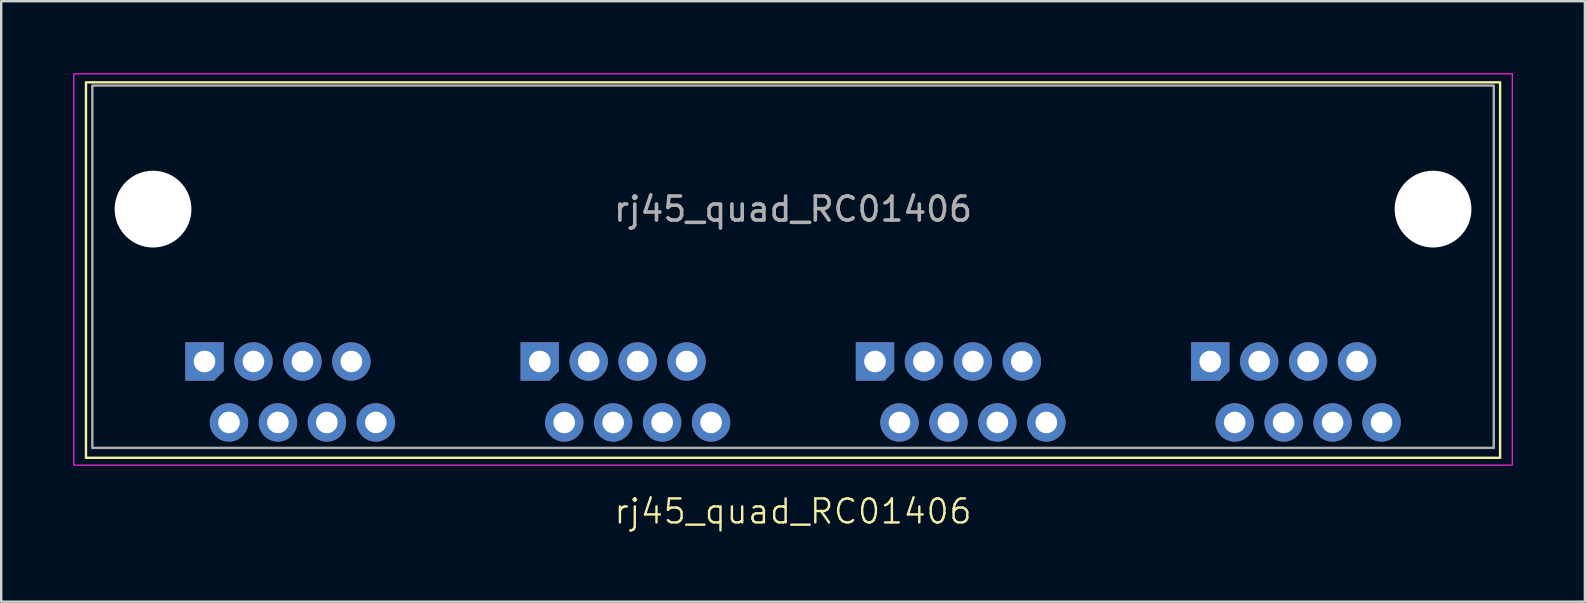
<source format=kicad_pcb>
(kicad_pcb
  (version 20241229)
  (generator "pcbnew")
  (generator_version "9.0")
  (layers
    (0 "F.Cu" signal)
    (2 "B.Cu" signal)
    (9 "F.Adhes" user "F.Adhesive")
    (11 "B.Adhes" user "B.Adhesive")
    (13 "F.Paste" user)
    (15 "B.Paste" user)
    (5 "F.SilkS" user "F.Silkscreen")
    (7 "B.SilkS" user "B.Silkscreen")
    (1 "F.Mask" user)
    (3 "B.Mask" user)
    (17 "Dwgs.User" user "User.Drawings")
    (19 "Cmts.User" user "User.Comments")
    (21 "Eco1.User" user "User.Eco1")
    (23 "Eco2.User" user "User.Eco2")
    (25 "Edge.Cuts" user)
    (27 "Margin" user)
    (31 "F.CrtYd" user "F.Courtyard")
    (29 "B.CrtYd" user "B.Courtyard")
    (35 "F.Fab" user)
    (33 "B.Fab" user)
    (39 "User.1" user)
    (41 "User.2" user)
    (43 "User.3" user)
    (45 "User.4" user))
  (footprint "rj45_quad_RC01406"
    (layer "F.Cu")
    (at 29.997 3.022)
    (property "Reference" "rj45_quad_RC01406" (at 0 15.24 0) (unlocked yes) (layer "F.SilkS") (effects (font (size 1 1) (thickness 0.1))))
    (attr through_hole)
    (fp_rect (start 29.464 13.005) (end -29.464 -2.642) (stroke (width 0.1) (type default)) (fill no) (layer "F.SilkS"))
    (fp_rect (start 29.972 13.31) (end -29.972 -2.997) (stroke (width 0.05) (type default)) (fill no) (layer "F.CrtYd"))
    (fp_rect (start 29.2 12.592) (end -29.2 -2.508) (stroke (width 0.1) (type default)) (fill no) (layer "F.Fab"))
    (fp_text user "${REFERENCE}" (at 0 2.642 0) (unlocked yes) (layer "F.Fab") (effects (font (size 1 1) (thickness 0.15))))
    (pad "" np_thru_hole circle (at -26.67 2.642 180) (size 3.2 3.2) (drill 3.2) (layers "*.Cu" "*.Mask"))
    (pad "" np_thru_hole circle (at 26.67 2.642 180) (size 3.2 3.2) (drill 3.2) (layers "*.Cu" "*.Mask"))
    (pad "1" thru_hole roundrect (at -24.525 8.992 180) (size 1.6 1.6) (drill 0.9) (layers "*.Cu" "*.Mask") (roundrect_rratio 0) (chamfer_ratio 0.25) (chamfer top_left))
    (pad "2" thru_hole circle (at -23.505 11.532 180) (size 1.6 1.6) (drill 0.9) (layers "*.Cu" "*.Mask"))
    (pad "3" thru_hole circle (at -22.485 8.992 180) (size 1.6 1.6) (drill 0.9) (layers "*.Cu" "*.Mask"))
    (pad "4" thru_hole circle (at -21.465 11.532 180) (size 1.6 1.6) (drill 0.9) (layers "*.Cu" "*.Mask"))
    (pad "5" thru_hole circle (at -20.445 8.992 180) (size 1.6 1.6) (drill 0.9) (layers "*.Cu" "*.Mask"))
    (pad "6" thru_hole circle (at -19.425 11.532 180) (size 1.6 1.6) (drill 0.9) (layers "*.Cu" "*.Mask"))
    (pad "7" thru_hole circle (at -18.405 8.992 180) (size 1.6 1.6) (drill 0.9) (layers "*.Cu" "*.Mask"))
    (pad "8" thru_hole circle (at -17.385 11.532 180) (size 1.6 1.6) (drill 0.9) (layers "*.Cu" "*.Mask"))
    (pad "9" thru_hole roundrect (at -10.555 8.992 180) (size 1.6 1.6) (drill 0.9) (layers "*.Cu" "*.Mask") (roundrect_rratio 0) (chamfer_ratio 0.25) (chamfer top_left))
    (pad "10" thru_hole circle (at -9.535 11.532 180) (size 1.6 1.6) (drill 0.9) (layers "*.Cu" "*.Mask"))
    (pad "11" thru_hole circle (at -8.515 8.992 180) (size 1.6 1.6) (drill 0.9) (layers "*.Cu" "*.Mask"))
    (pad "12" thru_hole circle (at -7.495 11.532 180) (size 1.6 1.6) (drill 0.9) (layers "*.Cu" "*.Mask"))
    (pad "13" thru_hole circle (at -6.475 8.992 180) (size 1.6 1.6) (drill 0.9) (layers "*.Cu" "*.Mask"))
    (pad "14" thru_hole circle (at -5.455 11.532 180) (size 1.6 1.6) (drill 0.9) (layers "*.Cu" "*.Mask"))
    (pad "15" thru_hole circle (at -4.435 8.992 180) (size 1.6 1.6) (drill 0.9) (layers "*.Cu" "*.Mask"))
    (pad "16" thru_hole circle (at -3.415 11.532 180) (size 1.6 1.6) (drill 0.9) (layers "*.Cu" "*.Mask"))
    (pad "17" thru_hole roundrect (at 3.415 8.992 180) (size 1.6 1.6) (drill 0.9) (layers "*.Cu" "*.Mask") (roundrect_rratio 0) (chamfer_ratio 0.25) (chamfer top_left))
    (pad "18" thru_hole circle (at 4.435 11.532 180) (size 1.6 1.6) (drill 0.9) (layers "*.Cu" "*.Mask"))
    (pad "19" thru_hole circle (at 5.455 8.992 180) (size 1.6 1.6) (drill 0.9) (layers "*.Cu" "*.Mask"))
    (pad "20" thru_hole circle (at 6.475 11.532 180) (size 1.6 1.6) (drill 0.9) (layers "*.Cu" "*.Mask"))
    (pad "21" thru_hole circle (at 7.495 8.992 180) (size 1.6 1.6) (drill 0.9) (layers "*.Cu" "*.Mask"))
    (pad "22" thru_hole circle (at 8.515 11.532 180) (size 1.6 1.6) (drill 0.9) (layers "*.Cu" "*.Mask"))
    (pad "23" thru_hole circle (at 9.535 8.992 180) (size 1.6 1.6) (drill 0.9) (layers "*.Cu" "*.Mask"))
    (pad "24" thru_hole circle (at 10.555 11.532 180) (size 1.6 1.6) (drill 0.9) (layers "*.Cu" "*.Mask"))
    (pad "25" thru_hole roundrect (at 17.385 8.992 180) (size 1.6 1.6) (drill 0.9) (layers "*.Cu" "*.Mask") (roundrect_rratio 0) (chamfer_ratio 0.25) (chamfer top_left))
    (pad "26" thru_hole circle (at 18.405 11.532 180) (size 1.6 1.6) (drill 0.9) (layers "*.Cu" "*.Mask"))
    (pad "27" thru_hole circle (at 19.425 8.992 180) (size 1.6 1.6) (drill 0.9) (layers "*.Cu" "*.Mask"))
    (pad "28" thru_hole circle (at 20.445 11.532 180) (size 1.6 1.6) (drill 0.9) (layers "*.Cu" "*.Mask"))
    (pad "29" thru_hole circle (at 21.465 8.992 180) (size 1.6 1.6) (drill 0.9) (layers "*.Cu" "*.Mask"))
    (pad "30" thru_hole circle (at 22.485 11.532 180) (size 1.6 1.6) (drill 0.9) (layers "*.Cu" "*.Mask"))
    (pad "31" thru_hole circle (at 23.505 8.992 180) (size 1.6 1.6) (drill 0.9) (layers "*.Cu" "*.Mask"))
    (pad "32" thru_hole circle (at 24.525 11.532 180) (size 1.6 1.6) (drill 0.9) (layers "*.Cu" "*.Mask")))
  (gr_rect
    (start -3 -3)
    (end 62.994 22.023)
    (stroke (width 0.1) (type default))
    (fill no)
    (layer "Edge.Cuts")))
</source>
